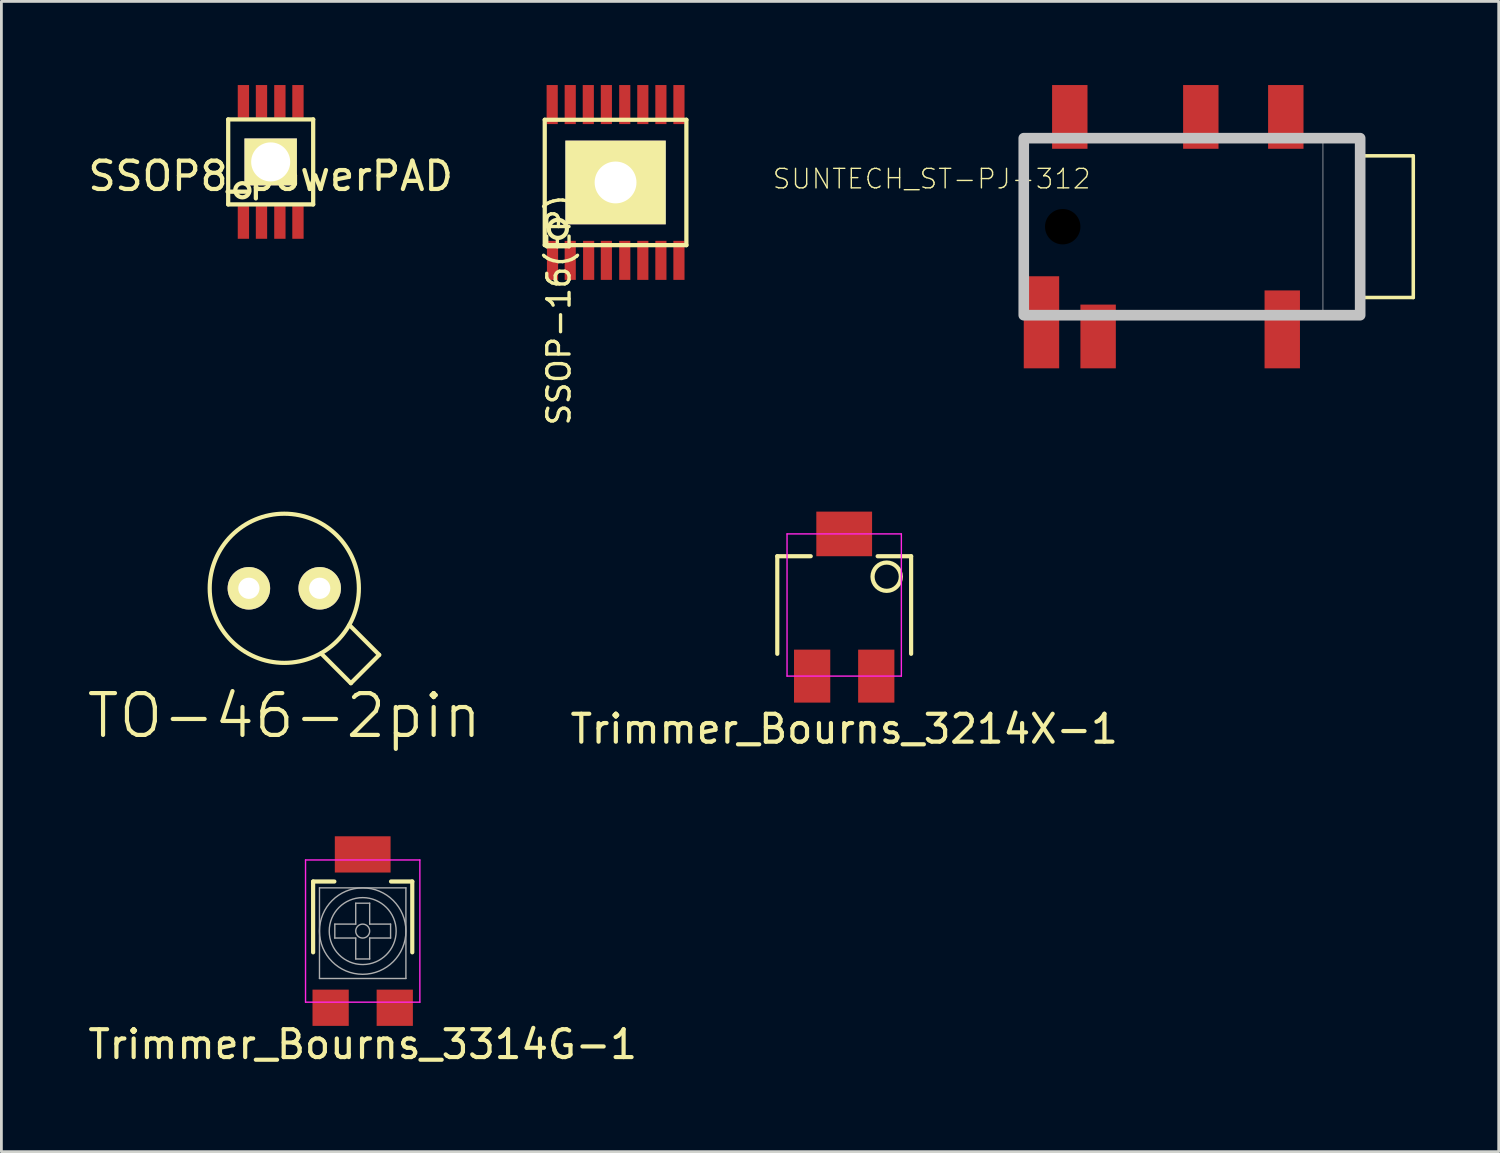
<source format=kicad_pcb>
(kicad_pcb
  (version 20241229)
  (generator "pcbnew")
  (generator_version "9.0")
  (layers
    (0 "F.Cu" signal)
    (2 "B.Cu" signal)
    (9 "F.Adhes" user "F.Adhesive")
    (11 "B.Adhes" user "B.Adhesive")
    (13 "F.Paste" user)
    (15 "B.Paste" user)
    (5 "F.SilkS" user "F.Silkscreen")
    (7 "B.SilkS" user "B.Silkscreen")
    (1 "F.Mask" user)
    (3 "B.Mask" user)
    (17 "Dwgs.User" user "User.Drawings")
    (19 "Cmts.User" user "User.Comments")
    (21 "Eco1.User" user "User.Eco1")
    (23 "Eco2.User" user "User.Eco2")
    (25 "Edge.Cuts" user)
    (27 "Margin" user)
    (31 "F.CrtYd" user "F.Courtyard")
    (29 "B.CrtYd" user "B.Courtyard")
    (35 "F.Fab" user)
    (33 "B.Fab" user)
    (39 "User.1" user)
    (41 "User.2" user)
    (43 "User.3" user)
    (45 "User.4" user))
  (footprint "SUNTECH_ST-PJ-312"
    (layer "F.Cu")
    (at 40.017 5.08)
    (property "Reference" "SUNTECH_ST-PJ-312" (at -9.652 -1.714 0) (layer "F.SilkS") (effects (font (size 0.7 0.7) (thickness 0.05))))
    (attr smd)
    (fp_line (start -6.38 -3.2) (end -6.38 1.6) (stroke (width 0.127) (type solid)) (layer "F.SilkS"))
    (fp_line (start -5.48 -3.2) (end -6.38 -3.2) (stroke (width 0.127) (type solid)) (layer "F.SilkS"))
    (fp_line (start -4.98 3.2) (end -4.48 3.2) (stroke (width 0.127) (type solid)) (layer "F.SilkS"))
    (fp_line (start -2.88 3.2) (end 2.12 3.2) (stroke (width 0.127) (type solid)) (layer "F.SilkS"))
    (fp_line (start -0.78 -3.2) (end -3.98 -3.2) (stroke (width 0.127) (type solid)) (layer "F.SilkS"))
    (fp_line (start 2.22 -3.2) (end 0.82 -3.2) (stroke (width 0.127) (type solid)) (layer "F.SilkS"))
    (fp_line (start 3.72 3.2) (end 5.72 3.2) (stroke (width 0.127) (type solid)) (layer "F.SilkS"))
    (fp_line (start 5.715 2.54) (end 7.62 2.54) (stroke (width 0.127) (type solid)) (layer "F.SilkS"))
    (fp_line (start 5.72 -3.175) (end 3.82 -3.175) (stroke (width 0.127) (type solid)) (layer "F.SilkS"))
    (fp_line (start 5.72 -2.6) (end 5.72 -3.175) (stroke (width 0.127) (type solid)) (layer "F.SilkS"))
    (fp_line (start 5.72 3.2) (end 5.72 2.5) (stroke (width 0.127) (type solid)) (layer "F.SilkS"))
    (fp_line (start 7.62 -2.54) (end 5.715 -2.54) (stroke (width 0.127) (type solid)) (layer "F.SilkS"))
    (fp_line (start 7.62 2.54) (end 7.62 -2.54) (stroke (width 0.127) (type solid)) (layer "F.SilkS"))
    (fp_line (start 4.38 3.175) (end 4.38 -3.175) (stroke (width 0.025) (type solid)) (layer "Dwgs.User"))
    (fp_poly (pts (xy -6.35 -3.175) (xy 5.715 -3.175) (xy 5.715 3.175) (xy -6.35 3.175)) (stroke (width 0.381) (type solid)) (fill no) (layer "Dwgs.User"))
    (pad "" np_thru_hole circle (at -4.953 0) (size 1.27 1.27) (drill 1.27) (layers))
    (pad "COM1" smd rect (at 3.048 -3.937 90) (size 2.286 1.27) (layers "F.Cu" "F.Mask" "F.Paste"))
    (pad "COM2" smd rect (at 2.921 3.683 90) (size 2.794 1.27) (layers "F.Cu" "F.Mask" "F.Paste"))
    (pad "L" smd rect (at -3.683 3.937 90) (size 2.286 1.27) (layers "F.Cu" "F.Mask" "F.Paste"))
    (pad "LS" smd rect (at -5.715 3.429 90) (size 3.302 1.27) (layers "F.Cu" "F.Mask" "F.Paste"))
    (pad "R" smd rect (at 0 -3.937 90) (size 2.286 1.27) (layers "F.Cu" "F.Mask" "F.Paste"))
    (pad "RS" smd rect (at -4.699 -3.937 90) (size 2.286 1.27) (layers "F.Cu" "F.Mask" "F.Paste")))
  (footprint "SSOP8_powerPAD"
    (layer "F.Cu")
    (at 6.658 2.757)
    (property "Reference" "SSOP8_powerPAD" (at 0 0.508 0) (layer "F.SilkS") (effects (font (size 1.016 1.016) (thickness 0.152))))
    (attr smd)
    (fp_line (start -1.524 -1.524) (end 1.524 -1.524) (stroke (width 0.152) (type solid)) (layer "F.SilkS"))
    (fp_line (start -1.524 1.524) (end -1.524 -1.524) (stroke (width 0.152) (type solid)) (layer "F.SilkS"))
    (fp_line (start 1.524 -1.524) (end 1.524 1.524) (stroke (width 0.152) (type solid)) (layer "F.SilkS"))
    (fp_line (start 1.524 1.524) (end -1.524 1.524) (stroke (width 0.152) (type solid)) (layer "F.SilkS"))
    (fp_circle (center -1.016 1.016) (end -1.016 0.762) (stroke (width 0.152) (type solid)) (fill no) (layer "F.SilkS"))
    (pad "1" smd rect (at -0.978 2.172) (size 0.406 1.17) (layers "F.Cu" "F.Mask" "F.Paste"))
    (pad "2" smd rect (at -0.33 2.172) (size 0.406 1.17) (layers "F.Cu" "F.Mask" "F.Paste"))
    (pad "3" smd rect (at 0.33 2.172) (size 0.406 1.17) (layers "F.Cu" "F.Mask" "F.Paste"))
    (pad "4" smd rect (at 0.978 2.172) (size 0.406 1.17) (layers "F.Cu" "F.Mask" "F.Paste"))
    (pad "5" smd rect (at 0.978 -2.172) (size 0.406 1.17) (layers "F.Cu" "F.Mask" "F.Paste"))
    (pad "6" smd rect (at 0.33 -2.172) (size 0.406 1.17) (layers "F.Cu" "F.Mask" "F.Paste"))
    (pad "7" smd rect (at -0.33 -2.172) (size 0.406 1.17) (layers "F.Cu" "F.Mask" "F.Paste"))
    (pad "8" smd rect (at -0.978 -2.172) (size 0.406 1.17) (layers "F.Cu" "F.Mask" "F.Paste"))
    (pad "9" thru_hole rect (at 0 0) (size 1.88 1.68) (drill 1.4) (layers "*.Cu" "*.Mask" "F.SilkS")))
  (footprint "Trimmer_Bourns_3214X-1"
    (layer "F.Cu")
    (at 27.227 18.649)
    (property "Reference" "Trimmer_Bourns_3214X-1" (at 0 4.445 0) (layer "F.SilkS") (effects (font (size 1 1) (thickness 0.15))))
    (attr smd)
    (fp_line (start -2.4 -1.75) (end -1.2 -1.75) (stroke (width 0.15) (type solid)) (layer "F.SilkS"))
    (fp_line (start -2.4 1.75) (end -2.4 -1.75) (stroke (width 0.15) (type solid)) (layer "F.SilkS"))
    (fp_line (start 1.2 -1.75) (end 2.4 -1.75) (stroke (width 0.15) (type solid)) (layer "F.SilkS"))
    (fp_line (start 2.4 -1.75) (end 2.4 1.75) (stroke (width 0.15) (type solid)) (layer "F.SilkS"))
    (fp_circle (center 1.524 -1.016) (end 2.032 -1.016) (stroke (width 0.15) (type solid)) (fill no) (layer "F.SilkS"))
    (fp_line (start -2.05 -2.55) (end 2.05 -2.55) (stroke (width 0.05) (type solid)) (layer "F.CrtYd"))
    (fp_line (start -2.05 2.55) (end -2.05 -2.55) (stroke (width 0.05) (type solid)) (layer "F.CrtYd"))
    (fp_line (start 2.05 -2.55) (end 2.05 2.55) (stroke (width 0.05) (type solid)) (layer "F.CrtYd"))
    (fp_line (start 2.05 2.55) (end -2.05 2.55) (stroke (width 0.05) (type solid)) (layer "F.CrtYd"))
    (pad "1" smd rect (at 1.15 2.55) (size 1.3 1.9) (layers "F.Cu" "F.Mask" "F.Paste"))
    (pad "2" smd rect (at 0 -2.55) (size 2 1.6) (layers "F.Cu" "F.Mask" "F.Paste"))
    (pad "3" smd rect (at -1.15 2.55) (size 1.3 1.9) (layers "F.Cu" "F.Mask" "F.Paste")))
  (footprint "SSOP-16(EP)"
    (layer "F.Cu")
    (at 19.027 3.494)
    (property "Reference" "SSOP-16(EP)" (at -2.032 4.572 90) (layer "F.SilkS") (effects (font (size 0.8 0.8) (thickness 0.12))))
    (attr smd)
    (fp_line (start -2.54 -2.248) (end -2.54 2.248) (stroke (width 0.152) (type solid)) (layer "F.SilkS"))
    (fp_line (start -2.54 2.248) (end 2.54 2.248) (stroke (width 0.152) (type solid)) (layer "F.SilkS"))
    (fp_line (start 2.54 -2.248) (end -2.54 -2.248) (stroke (width 0.152) (type solid)) (layer "F.SilkS"))
    (fp_line (start 2.54 2.248) (end 2.54 -2.248) (stroke (width 0.152) (type solid)) (layer "F.SilkS"))
    (fp_circle (center -2.07 1.664) (end -2.273 1.918) (stroke (width 0.152) (type solid)) (fill no) (layer "F.SilkS"))
    (pad "1" smd rect (at -2.261 2.794) (size 0.4 1.4) (layers "F.Cu" "F.Mask" "F.Paste"))
    (pad "2" smd rect (at -1.626 2.794) (size 0.4 1.4) (layers "F.Cu" "F.Mask" "F.Paste"))
    (pad "3" smd rect (at -0.965 2.794) (size 0.4 1.4) (layers "F.Cu" "F.Mask" "F.Paste"))
    (pad "4" smd rect (at -0.33 2.794) (size 0.4 1.4) (layers "F.Cu" "F.Mask" "F.Paste"))
    (pad "5" smd rect (at 0.33 2.794) (size 0.4 1.4) (layers "F.Cu" "F.Mask" "F.Paste"))
    (pad "6" smd rect (at 0.978 2.794) (size 0.4 1.4) (layers "F.Cu" "F.Mask" "F.Paste"))
    (pad "7" smd rect (at 1.626 2.794) (size 0.4 1.4) (layers "F.Cu" "F.Mask" "F.Paste"))
    (pad "8" smd rect (at 2.273 2.794) (size 0.4 1.4) (layers "F.Cu" "F.Mask" "F.Paste"))
    (pad "9" smd rect (at 2.273 -2.794) (size 0.4 1.4) (layers "F.Cu" "F.Mask" "F.Paste"))
    (pad "10" smd rect (at 1.626 -2.794) (size 0.4 1.4) (layers "F.Cu" "F.Mask" "F.Paste"))
    (pad "11" smd rect (at 0.978 -2.794) (size 0.4 1.4) (layers "F.Cu" "F.Mask" "F.Paste"))
    (pad "12" smd rect (at 0.33 -2.794) (size 0.4 1.4) (layers "F.Cu" "F.Mask" "F.Paste"))
    (pad "13" smd rect (at -0.33 -2.794) (size 0.4 1.4) (layers "F.Cu" "F.Mask" "F.Paste"))
    (pad "14" smd rect (at -0.978 -2.794) (size 0.4 1.4) (layers "F.Cu" "F.Mask" "F.Paste"))
    (pad "15" smd rect (at -1.626 -2.794) (size 0.4 1.4) (layers "F.Cu" "F.Mask" "F.Paste"))
    (pad "16" smd rect (at -2.273 -2.794) (size 0.4 1.4) (layers "F.Cu" "F.Mask" "F.Paste"))
    (pad "17" thru_hole rect (at 0 0) (size 3.6 3) (drill 1.5) (layers "*.Cu" "*.Mask" "F.SilkS")))
  (footprint "Trimmer_Bourns_3314G-1"
    (layer "F.Cu")
    (at 9.958 30.343)
    (property "Reference" "Trimmer_Bourns_3314G-1" (at 0 4.064 0) (layer "F.SilkS") (effects (font (size 1 1) (thickness 0.15))))
    (attr smd)
    (fp_line (start -1.778 -1.778) (end -1.016 -1.778) (stroke (width 0.15) (type solid)) (layer "F.SilkS"))
    (fp_line (start -1.778 0.762) (end -1.778 -1.778) (stroke (width 0.15) (type solid)) (layer "F.SilkS"))
    (fp_line (start 1.016 -1.778) (end 1.778 -1.778) (stroke (width 0.15) (type solid)) (layer "F.SilkS"))
    (fp_line (start 1.778 -1.778) (end 1.778 0.762) (stroke (width 0.15) (type solid)) (layer "F.SilkS"))
    (fp_line (start -2.05 -2.55) (end 2.05 -2.55) (stroke (width 0.05) (type solid)) (layer "F.CrtYd"))
    (fp_line (start -2.05 2.55) (end -2.05 -2.55) (stroke (width 0.05) (type solid)) (layer "F.CrtYd"))
    (fp_line (start 2.05 -2.55) (end 2.05 2.55) (stroke (width 0.05) (type solid)) (layer "F.CrtYd"))
    (fp_line (start 2.05 2.55) (end -2.05 2.55) (stroke (width 0.05) (type solid)) (layer "F.CrtYd"))
    (fp_line (start -1.55 -1.55) (end 1.55 -1.55) (stroke (width 0.05) (type solid)) (layer "F.Fab"))
    (fp_line (start -1.55 1.7) (end -1.55 -1.55) (stroke (width 0.05) (type solid)) (layer "F.Fab"))
    (fp_line (start -1 -0.25) (end -0.25 -0.25) (stroke (width 0.05) (type solid)) (layer "F.Fab"))
    (fp_line (start -1 0.25) (end -1 -0.25) (stroke (width 0.05) (type solid)) (layer "F.Fab"))
    (fp_line (start -0.25 -1) (end 0.25 -1) (stroke (width 0.05) (type solid)) (layer "F.Fab"))
    (fp_line (start -0.25 -0.25) (end -0.25 -1) (stroke (width 0.05) (type solid)) (layer "F.Fab"))
    (fp_line (start -0.25 0.25) (end -1 0.25) (stroke (width 0.05) (type solid)) (layer "F.Fab"))
    (fp_line (start -0.25 1) (end -0.25 0.25) (stroke (width 0.05) (type solid)) (layer "F.Fab"))
    (fp_line (start 0.25 -1) (end 0.25 -0.25) (stroke (width 0.05) (type solid)) (layer "F.Fab"))
    (fp_line (start 0.25 -0.25) (end 1 -0.25) (stroke (width 0.05) (type solid)) (layer "F.Fab"))
    (fp_line (start 0.25 0.25) (end 0.25 1) (stroke (width 0.05) (type solid)) (layer "F.Fab"))
    (fp_line (start 0.25 1) (end -0.25 1) (stroke (width 0.05) (type solid)) (layer "F.Fab"))
    (fp_line (start 1 -0.25) (end 1 0.25) (stroke (width 0.05) (type solid)) (layer "F.Fab"))
    (fp_line (start 1 0.25) (end 0.25 0.25) (stroke (width 0.05) (type solid)) (layer "F.Fab"))
    (fp_line (start 1.55 -1.55) (end 1.55 1.7) (stroke (width 0.05) (type solid)) (layer "F.Fab"))
    (fp_line (start 1.55 1.7) (end -1.55 1.7) (stroke (width 0.05) (type solid)) (layer "F.Fab"))
    (fp_circle (center 0 0) (end 0 -1.55) (stroke (width 0.05) (type solid)) (fill no) (layer "F.Fab"))
    (fp_circle (center 0 0) (end 0 -1.2) (stroke (width 0.05) (type solid)) (fill no) (layer "F.Fab"))
    (fp_circle (center 0 0) (end 0 -0.25) (stroke (width 0.05) (type solid)) (fill no) (layer "F.Fab"))
    (pad "1" smd rect (at 1.15 2.75) (size 1.3 1.3) (layers "F.Cu" "F.Mask" "F.Paste"))
    (pad "2" smd rect (at 0 -2.75) (size 2 1.3) (layers "F.Cu" "F.Mask" "F.Paste"))
    (pad "3" smd rect (at -1.15 2.75) (size 1.3 1.3) (layers "F.Cu" "F.Mask" "F.Paste")))
  (footprint "TO-46-2pin"
    (layer "F.Cu")
    (at 7.146 18.049)
    (property "Reference" "TO-46-2pin" (at 0 4.572 0) (layer "F.SilkS") (effects (font (size 1.5 1.5) (thickness 0.15))))
    (attr through_hole)
    (fp_line (start 2.388 3.404) (end 1.321 2.337) (stroke (width 0.15) (type solid)) (layer "F.SilkS"))
    (fp_line (start 3.404 2.388) (end 2.337 1.321) (stroke (width 0.15) (type solid)) (layer "F.SilkS"))
    (fp_line (start 3.404 2.388) (end 2.388 3.404) (stroke (width 0.15) (type solid)) (layer "F.SilkS"))
    (fp_circle (center 0 0) (end 2.675 0) (stroke (width 0.15) (type solid)) (fill no) (layer "F.SilkS"))
    (pad "1" thru_hole circle (at -1.27 0) (size 1.524 1.524) (drill 0.762) (layers "*.Cu" "*.Mask" "F.SilkS"))
    (pad "2" thru_hole circle (at 1.27 0) (size 1.524 1.524) (drill 0.762) (layers "*.Cu" "*.Mask" "F.SilkS")))
  (gr_rect
    (start -3 -3)
    (end 50.701 38.255)
    (stroke (width 0.1) (type default))
    (fill no)
    (layer "Edge.Cuts")))
</source>
